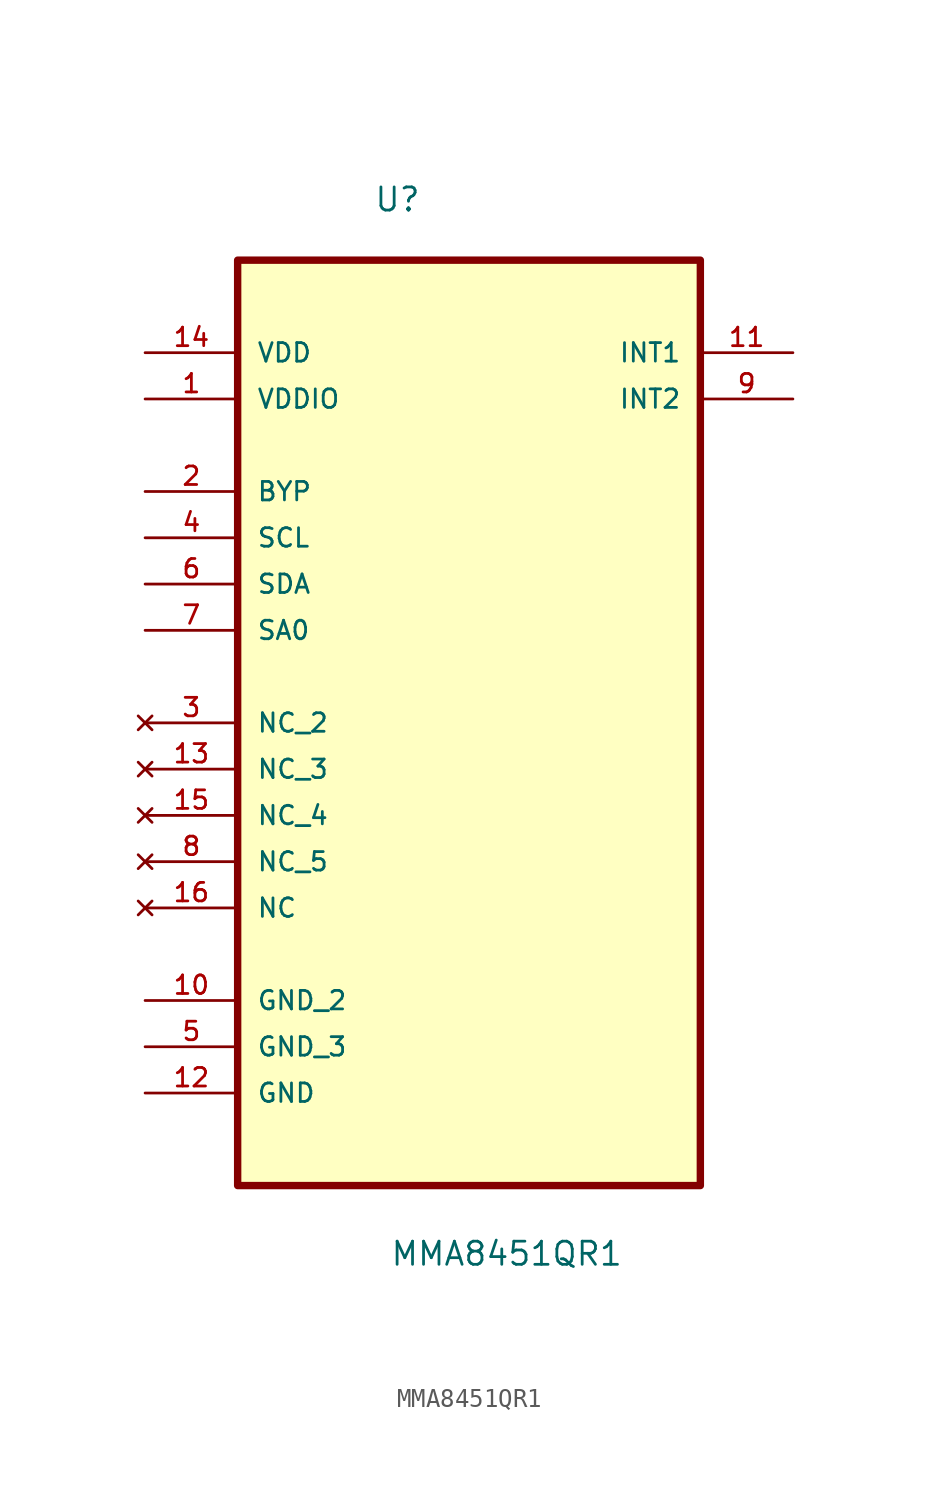
<source format=kicad_sym>
(kicad_symbol_lib
  (version 20211014)
  (generator kicad_symbol_editor)
  (symbol "MMA8451QR1"
    (pin_names
      (offset 1.016))
    (property "Reference" "U"
      (at -5.237 25.447 0.0)
      (effects (font (size 1.27 1.27)) (justify bottom left)))
    (property "Value" "MMA8451QR1"
      (at -4.349 -32.426 0.0)
      (effects (font (size 1.27 1.27)) (justify bottom left)))
    (symbol "MMA8451QR1_0_0"
      (rectangle (start -12.7 -27.94) (end 12.7 22.86) (stroke (width 0.406)) (fill (type background)))
      (pin power_in line (at -17.78 17.78 0) (length 5.08) (name "VDD" (effects (font (size 1.016 1.016)))) (number "14" (effects (font (size 1.016 1.016)))))
      (pin power_in line (at -17.78 15.24 0) (length 5.08) (name "VDDIO" (effects (font (size 1.016 1.016)))) (number "1" (effects (font (size 1.016 1.016)))))
      (pin input line (at -17.78 10.16 0) (length 5.08) (name "BYP" (effects (font (size 1.016 1.016)))) (number "2" (effects (font (size 1.016 1.016)))))
      (pin input line (at -17.78 7.62 0) (length 5.08) (name "SCL" (effects (font (size 1.016 1.016)))) (number "4" (effects (font (size 1.016 1.016)))))
      (pin input line (at -17.78 5.08 0) (length 5.08) (name "SDA" (effects (font (size 1.016 1.016)))) (number "6" (effects (font (size 1.016 1.016)))))
      (pin input line (at -17.78 2.54 0) (length 5.08) (name "SA0" (effects (font (size 1.016 1.016)))) (number "7" (effects (font (size 1.016 1.016)))))
      (pin no_connect line (at -17.78 -2.54 0) (length 5.08) (name "NC_2" (effects (font (size 1.016 1.016)))) (number "3" (effects (font (size 1.016 1.016)))))
      (pin no_connect line (at -17.78 -5.08 0) (length 5.08) (name "NC_3" (effects (font (size 1.016 1.016)))) (number "13" (effects (font (size 1.016 1.016)))))
      (pin no_connect line (at -17.78 -7.62 0) (length 5.08) (name "NC_4" (effects (font (size 1.016 1.016)))) (number "15" (effects (font (size 1.016 1.016)))))
      (pin no_connect line (at -17.78 -10.16 0) (length 5.08) (name "NC_5" (effects (font (size 1.016 1.016)))) (number "8" (effects (font (size 1.016 1.016)))))
      (pin no_connect line (at -17.78 -12.7 0) (length 5.08) (name "NC" (effects (font (size 1.016 1.016)))) (number "16" (effects (font (size 1.016 1.016)))))
      (pin passive line (at -17.78 -17.78 0) (length 5.08) (name "GND_2" (effects (font (size 1.016 1.016)))) (number "10" (effects (font (size 1.016 1.016)))))
      (pin passive line (at -17.78 -20.32 0) (length 5.08) (name "GND_3" (effects (font (size 1.016 1.016)))) (number "5" (effects (font (size 1.016 1.016)))))
      (pin passive line (at -17.78 -22.86 0) (length 5.08) (name "GND" (effects (font (size 1.016 1.016)))) (number "12" (effects (font (size 1.016 1.016)))))
      (pin output line (at 17.78 17.78 180.0) (length 5.08) (name "INT1" (effects (font (size 1.016 1.016)))) (number "11" (effects (font (size 1.016 1.016)))))
      (pin output line (at 17.78 15.24 180.0) (length 5.08) (name "INT2" (effects (font (size 1.016 1.016)))) (number "9" (effects (font (size 1.016 1.016))))))))
</source>
